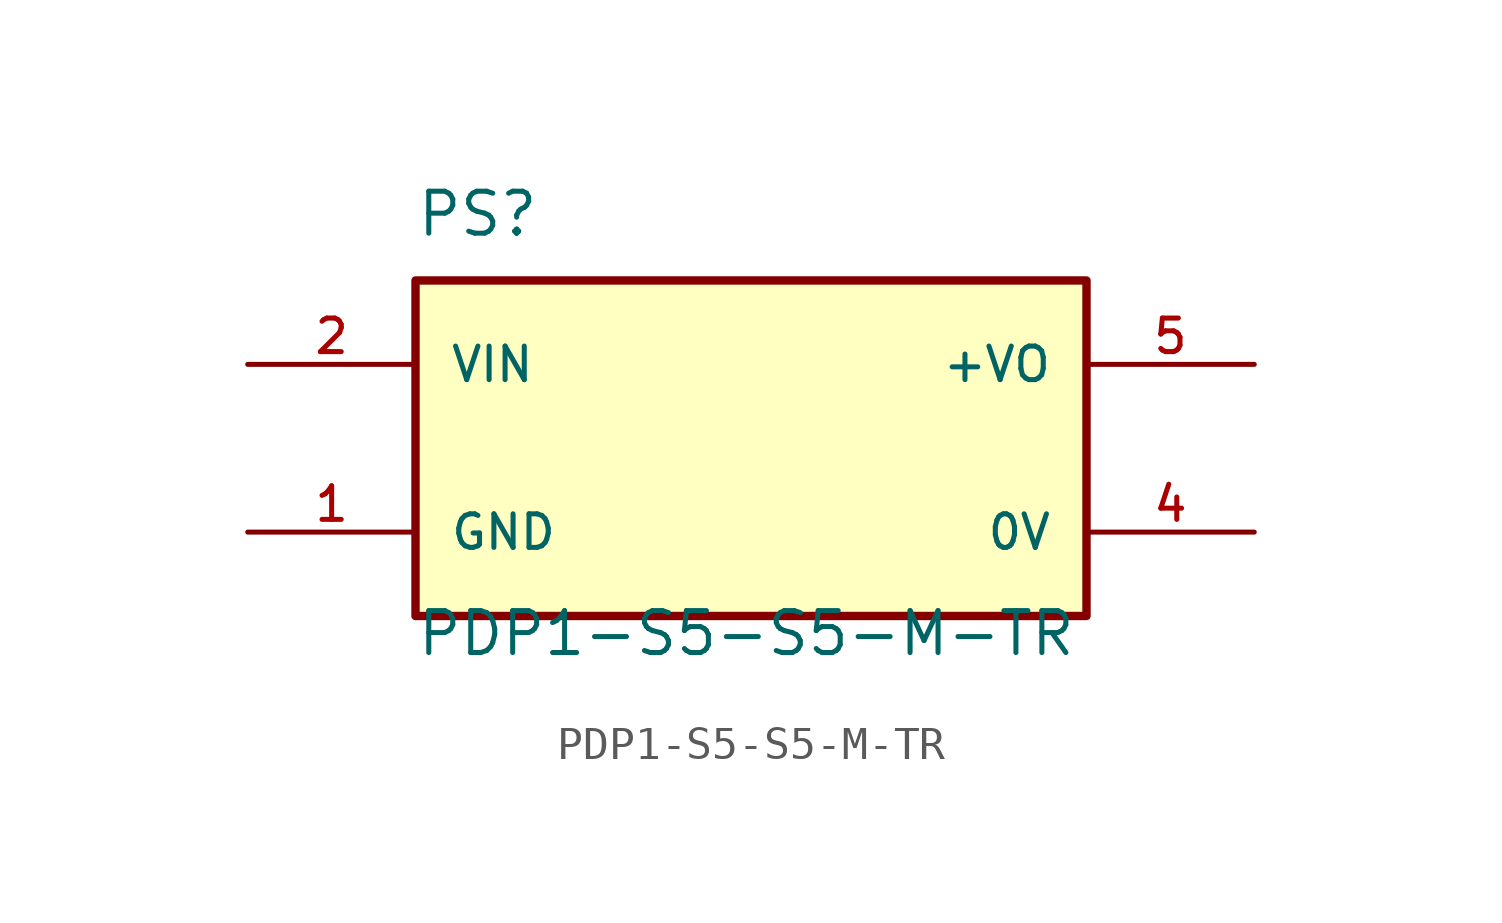
<source format=kicad_sym>
(kicad_symbol_lib
  (version 20211014)
  (generator kicad_symbol_editor)
  (symbol "PDP1-S5-S5-M-TR"
    (pin_names
      (offset 1.016))
    (property "Reference" "PS"
      (at -10.16 6.35 0)
      (effects (font (size 1.27 1.27)) (justify left bottom)))
    (property "Value" "PDP1-S5-S5-M-TR"
      (at -10.16 -6.35 0)
      (effects (font (size 1.27 1.27)) (justify left bottom)))
    (property "ki_locked" ""
      (at 0 0 0)
      (effects (font (size 1.27 1.27))))
    (symbol "PDP1-S5-S5-M-TR_0_0"
      (rectangle (start -10.16 -5.08) (end 10.16 5.08) (stroke (width 0.254) (type default) (color 0 0 0 0)) (fill (type background)))
      (pin power_in line (at -15.24 -2.54 0) (length 5.08) (name "GND" (effects (font (size 1.016 1.016)))) (number "1" (effects (font (size 1.016 1.016)))))
      (pin input line (at -15.24 2.54 0) (length 5.08) (name "VIN" (effects (font (size 1.016 1.016)))) (number "2" (effects (font (size 1.016 1.016)))))
      (pin output line (at 15.24 -2.54 180) (length 5.08) (name "0V" (effects (font (size 1.016 1.016)))) (number "4" (effects (font (size 1.016 1.016)))))
      (pin output line (at 15.24 2.54 180) (length 5.08) (name "+VO" (effects (font (size 1.016 1.016)))) (number "5" (effects (font (size 1.016 1.016))))))))
</source>
